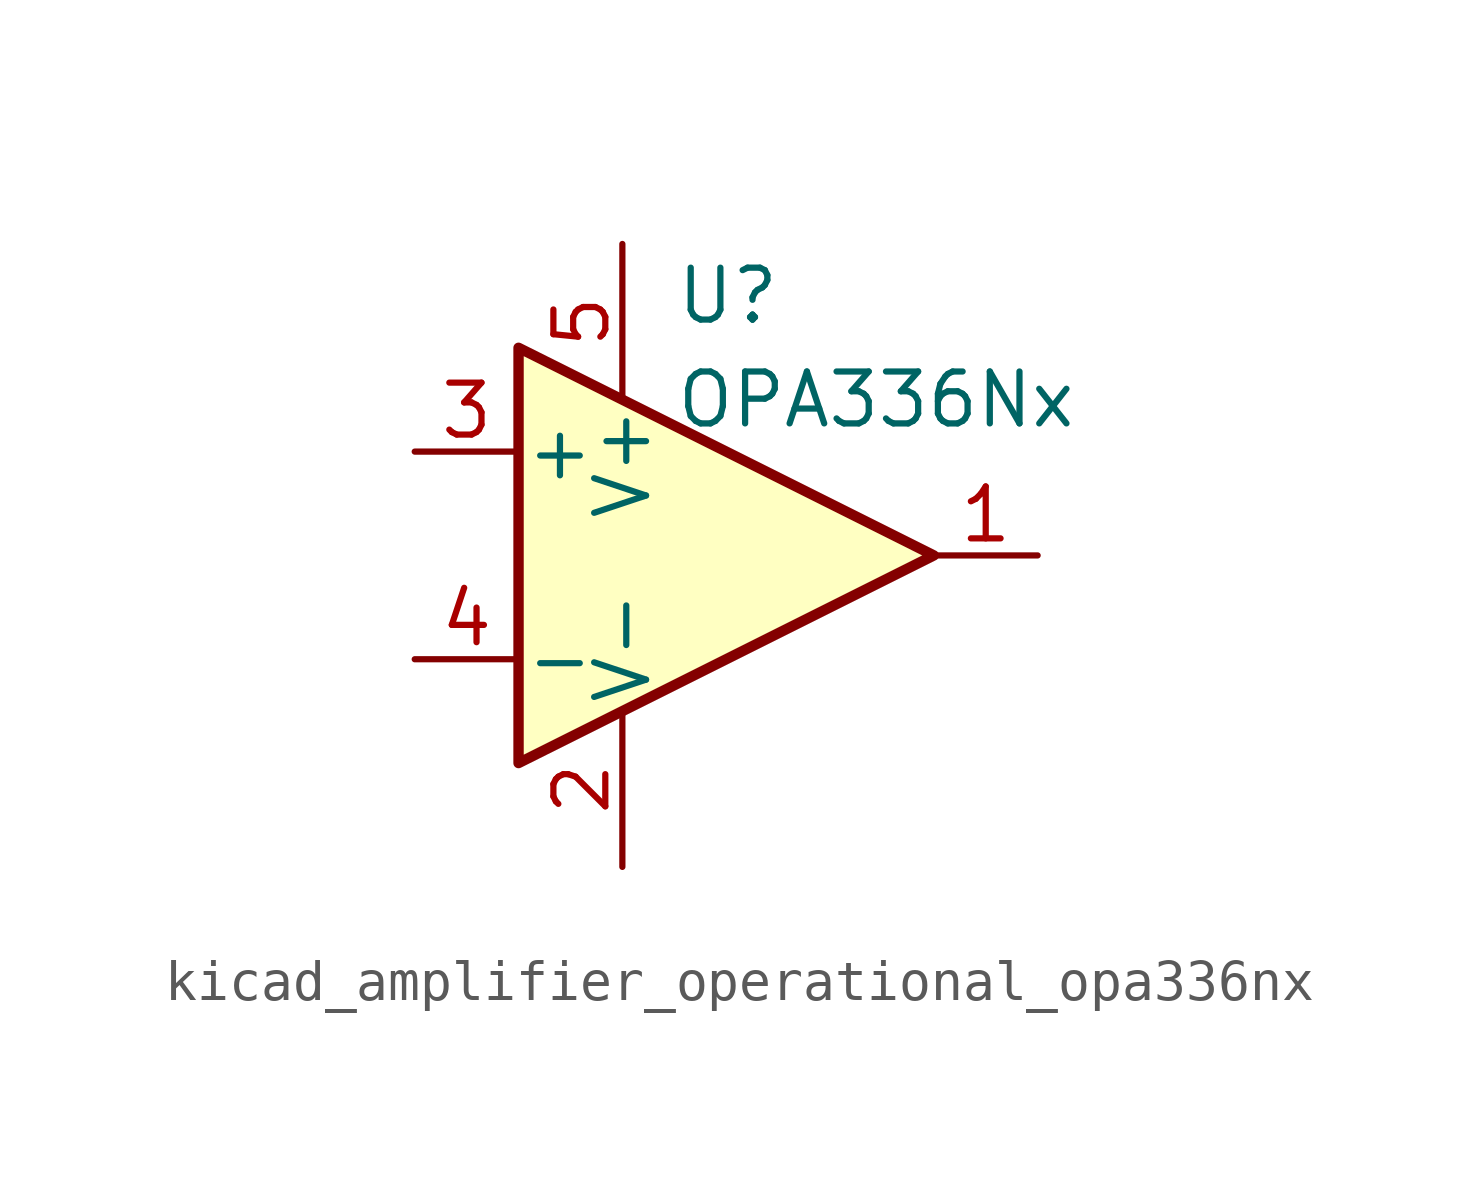
<source format=kicad_sym>
(kicad_symbol_lib
  (version 20220914)
  (generator kicad_symbol_editor)
  (symbol "kicad_amplifier_operational_opa336nx"
    (pin_names
      (offset 0.127))
    (property "Reference" "U"
      (at -1.27 6.35 0)
      (effects (font (size 1.27 1.27)) (justify left)))
    (property "Value" "OPA336Nx"
      (at -1.27 3.81 0)
      (effects (font (size 1.27 1.27)) (justify left)))
    (symbol "kicad_amplifier_operational_opa336nx_0_1"
      (polyline (pts (xy -5.08 5.08) (xy 5.08 0) (xy -5.08 -5.08) (xy -5.08 5.08)) (stroke (width 0.254) (type default)) (fill (type background)))
      (pin power_in line (at -2.54 -7.62 90) (length 3.81) (name "V-" (effects (font (size 1.27 1.27)))) (number "2" (effects (font (size 1.27 1.27)))))
      (pin power_in line (at -2.54 7.62 270) (length 3.81) (name "V+" (effects (font (size 1.27 1.27)))) (number "5" (effects (font (size 1.27 1.27))))))
    (symbol "kicad_amplifier_operational_opa336nx_1_1"
      (pin output line (at 7.62 0 180) (length 2.54) (name "~" (effects (font (size 1.27 1.27)))) (number "1" (effects (font (size 1.27 1.27)))))
      (pin input line (at -7.62 2.54 0) (length 2.54) (name "+" (effects (font (size 1.27 1.27)))) (number "3" (effects (font (size 1.27 1.27)))))
      (pin input line (at -7.62 -2.54 0) (length 2.54) (name "-" (effects (font (size 1.27 1.27)))) (number "4" (effects (font (size 1.27 1.27))))))))
</source>
